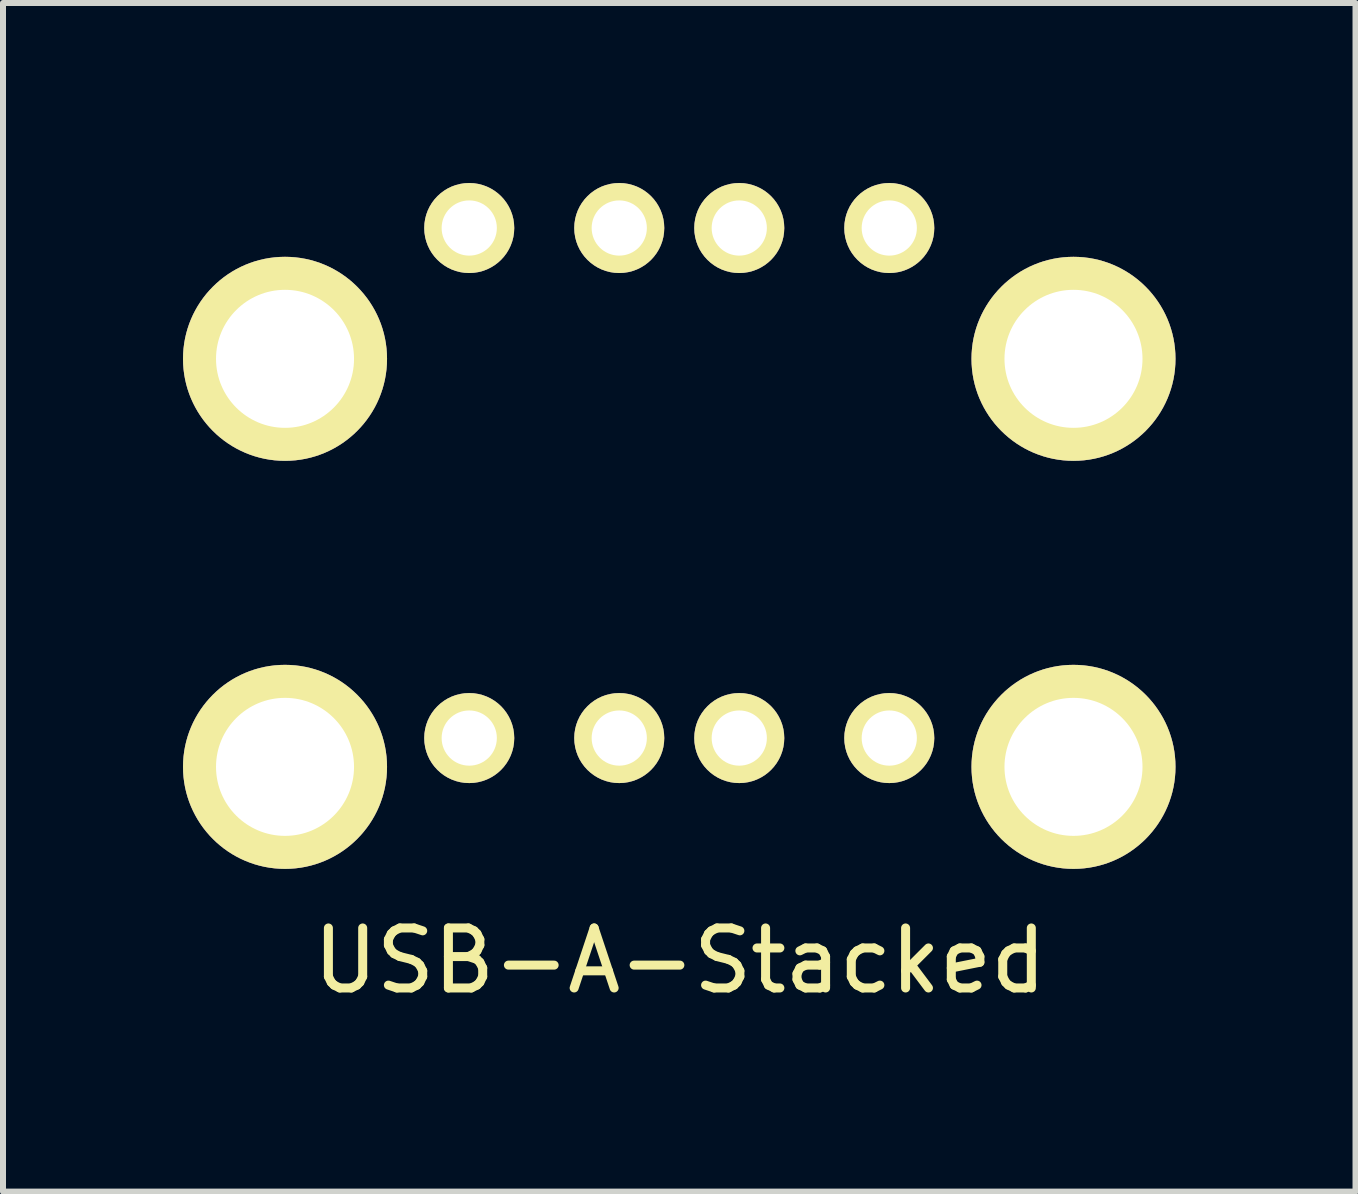
<source format=kicad_pcb>
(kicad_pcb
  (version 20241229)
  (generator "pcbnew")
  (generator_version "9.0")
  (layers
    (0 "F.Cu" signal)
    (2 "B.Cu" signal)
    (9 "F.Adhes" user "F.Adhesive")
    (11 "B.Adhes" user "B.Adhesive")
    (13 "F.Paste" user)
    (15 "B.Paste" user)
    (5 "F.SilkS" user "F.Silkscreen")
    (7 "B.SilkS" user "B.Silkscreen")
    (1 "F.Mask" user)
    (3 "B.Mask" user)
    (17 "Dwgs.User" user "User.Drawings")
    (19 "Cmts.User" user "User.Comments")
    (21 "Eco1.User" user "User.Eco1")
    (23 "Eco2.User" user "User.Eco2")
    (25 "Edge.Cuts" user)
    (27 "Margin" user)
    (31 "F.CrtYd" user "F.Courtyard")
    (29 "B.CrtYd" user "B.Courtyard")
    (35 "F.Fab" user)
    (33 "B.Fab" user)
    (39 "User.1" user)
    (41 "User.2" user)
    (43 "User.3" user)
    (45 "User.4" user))
  (footprint "USB-A-Stacked"
    (layer "F.Cu")
    (at 8.27 6.33)
    (property "Reference" "USB-A-Stacked" (at 0.01 6.63 0) (layer "F.SilkS") (effects (font (size 1 1) (thickness 0.15))))
    (attr through_hole)
    (pad "1" thru_hole circle (at -3.5 -5.58) (size 1.5 1.5) (drill 0.92) (layers "*.Cu" "*.Mask" "F.SilkS"))
    (pad "2" thru_hole circle (at -1 -5.58) (size 1.5 1.5) (drill 0.92) (layers "*.Cu" "*.Mask" "F.SilkS"))
    (pad "3" thru_hole circle (at 1 -5.58) (size 1.5 1.5) (drill 0.92) (layers "*.Cu" "*.Mask" "F.SilkS"))
    (pad "4" thru_hole circle (at 3.5 -5.58) (size 1.5 1.5) (drill 0.92) (layers "*.Cu" "*.Mask" "F.SilkS"))
    (pad "5" thru_hole circle (at -3.5 2.92) (size 1.5 1.5) (drill 0.92) (layers "*.Cu" "*.Mask" "F.SilkS"))
    (pad "6" thru_hole circle (at -1 2.92) (size 1.5 1.5) (drill 0.92) (layers "*.Cu" "*.Mask" "F.SilkS"))
    (pad "7" thru_hole circle (at 1 2.92) (size 1.5 1.5) (drill 0.92) (layers "*.Cu" "*.Mask" "F.SilkS"))
    (pad "8" thru_hole circle (at 3.5 2.92) (size 1.5 1.5) (drill 0.92) (layers "*.Cu" "*.Mask" "F.SilkS"))
    (pad "9" thru_hole circle (at -6.57 -3.4) (size 3.4 3.4) (drill 2.3) (layers "*.Cu" "*.Mask" "F.SilkS"))
    (pad "10" thru_hole circle (at -6.57 3.4) (size 3.4 3.4) (drill 2.3) (layers "*.Cu" "*.Mask" "F.SilkS"))
    (pad "11" thru_hole circle (at 6.57 -3.4) (size 3.4 3.4) (drill 2.3) (layers "*.Cu" "*.Mask" "F.SilkS"))
    (pad "12" thru_hole circle (at 6.57 3.4) (size 3.4 3.4) (drill 2.3) (layers "*.Cu" "*.Mask" "F.SilkS")))
  (gr_rect
    (start -3 -3)
    (end 19.54 16.808)
    (stroke (width 0.1) (type default))
    (fill no)
    (layer "Edge.Cuts")))
</source>
